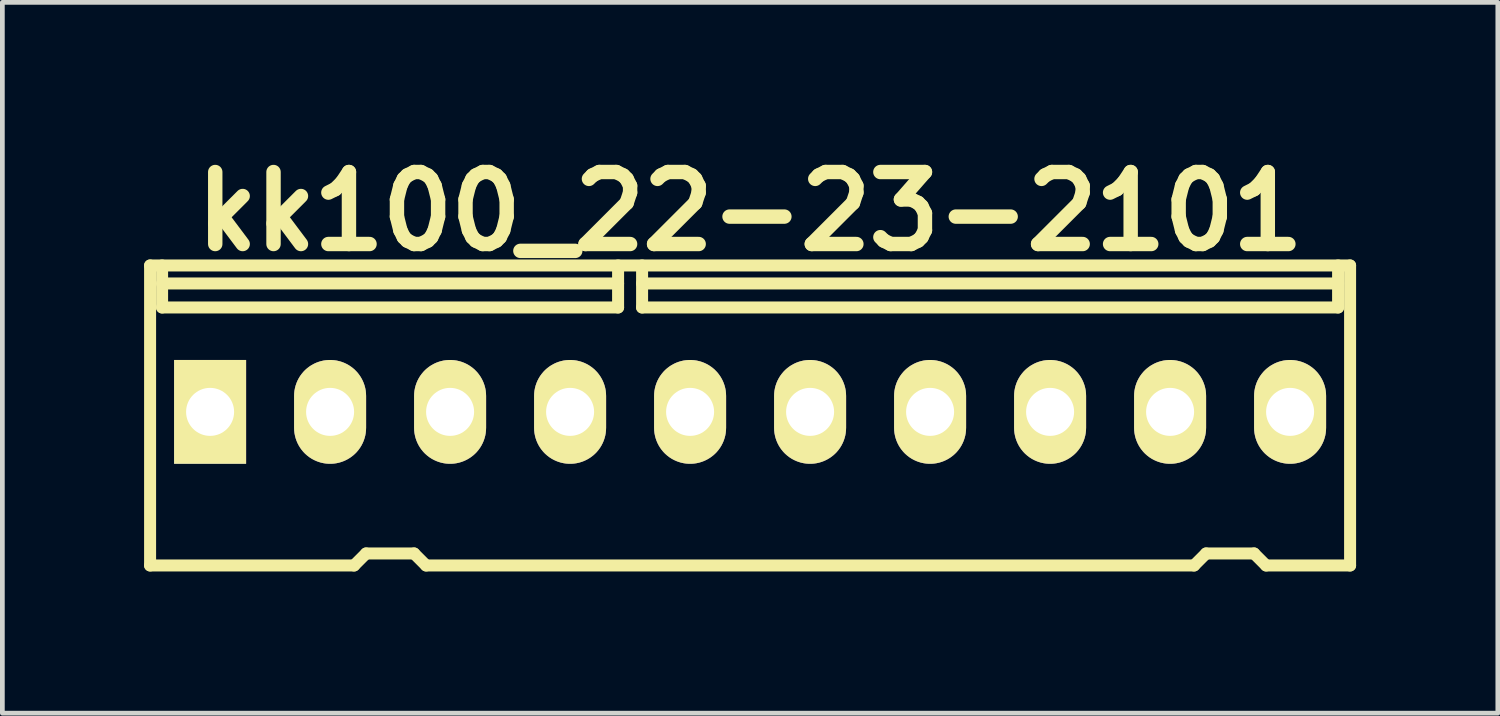
<source format=kicad_pcb>
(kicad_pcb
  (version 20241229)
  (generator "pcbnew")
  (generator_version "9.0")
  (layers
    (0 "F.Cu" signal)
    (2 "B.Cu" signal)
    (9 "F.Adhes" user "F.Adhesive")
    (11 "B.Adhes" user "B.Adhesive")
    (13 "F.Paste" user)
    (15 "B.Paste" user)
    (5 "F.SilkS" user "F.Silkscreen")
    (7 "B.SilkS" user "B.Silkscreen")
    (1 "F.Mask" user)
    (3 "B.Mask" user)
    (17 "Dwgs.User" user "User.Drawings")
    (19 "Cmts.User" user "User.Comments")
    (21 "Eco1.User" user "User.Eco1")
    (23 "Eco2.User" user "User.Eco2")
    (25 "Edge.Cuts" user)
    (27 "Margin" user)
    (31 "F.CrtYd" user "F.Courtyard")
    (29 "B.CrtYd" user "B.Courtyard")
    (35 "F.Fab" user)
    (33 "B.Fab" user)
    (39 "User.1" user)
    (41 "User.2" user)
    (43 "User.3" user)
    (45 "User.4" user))
  (footprint "kk100_22-23-2101"
    (layer "F.Cu")
    (at 12.827 5.744)
    (property "Reference" "kk100_22-23-2101" (at 0 -4.318 0) (layer "F.SilkS") (effects (font (size 1.524 1.524) (thickness 0.305))))
    (attr through_hole)
    (fp_line (start -12.7 -3.175) (end 12.7 -3.175) (stroke (width 0.254) (type solid)) (layer "F.SilkS"))
    (fp_line (start -12.7 3.175) (end -12.7 -3.175) (stroke (width 0.254) (type solid)) (layer "F.SilkS"))
    (fp_line (start -12.446 -2.286) (end -12.446 -3.175) (stroke (width 0.254) (type solid)) (layer "F.SilkS"))
    (fp_line (start -8.382 3.175) (end -12.7 3.175) (stroke (width 0.254) (type solid)) (layer "F.SilkS"))
    (fp_line (start -8.128 2.921) (end -8.382 3.175) (stroke (width 0.254) (type solid)) (layer "F.SilkS"))
    (fp_line (start -8.128 2.921) (end -7.112 2.921) (stroke (width 0.254) (type solid)) (layer "F.SilkS"))
    (fp_line (start -7.112 2.921) (end -6.858 3.175) (stroke (width 0.254) (type solid)) (layer "F.SilkS"))
    (fp_line (start -6.858 3.175) (end 9.398 3.175) (stroke (width 0.254) (type solid)) (layer "F.SilkS"))
    (fp_line (start -2.794 -2.794) (end -12.446 -2.794) (stroke (width 0.254) (type solid)) (layer "F.SilkS"))
    (fp_line (start -2.794 -2.286) (end -12.446 -2.286) (stroke (width 0.254) (type solid)) (layer "F.SilkS"))
    (fp_line (start -2.794 -2.286) (end -2.794 -3.175) (stroke (width 0.254) (type solid)) (layer "F.SilkS"))
    (fp_line (start -2.286 -2.794) (end 12.446 -2.794) (stroke (width 0.254) (type solid)) (layer "F.SilkS"))
    (fp_line (start -2.286 -2.286) (end -2.286 -3.175) (stroke (width 0.254) (type solid)) (layer "F.SilkS"))
    (fp_line (start -2.286 -2.286) (end 12.446 -2.286) (stroke (width 0.254) (type solid)) (layer "F.SilkS"))
    (fp_line (start 9.652 2.921) (end 9.398 3.175) (stroke (width 0.254) (type solid)) (layer "F.SilkS"))
    (fp_line (start 9.652 2.921) (end 10.668 2.921) (stroke (width 0.254) (type solid)) (layer "F.SilkS"))
    (fp_line (start 10.668 2.921) (end 10.922 3.175) (stroke (width 0.254) (type solid)) (layer "F.SilkS"))
    (fp_line (start 10.922 3.175) (end 12.7 3.175) (stroke (width 0.254) (type solid)) (layer "F.SilkS"))
    (fp_line (start 12.446 -2.286) (end 12.446 -3.175) (stroke (width 0.254) (type solid)) (layer "F.SilkS"))
    (fp_line (start 12.7 -3.175) (end 12.7 3.175) (stroke (width 0.254) (type solid)) (layer "F.SilkS"))
    (pad "1" thru_hole rect (at -11.43 -0.076) (size 1.524 2.197) (drill 1.016) (layers "*.Cu" "*.Mask" "F.SilkS"))
    (pad "2" thru_hole oval (at -8.89 -0.076) (size 1.524 2.197) (drill 1.016) (layers "*.Cu" "*.Mask" "F.SilkS"))
    (pad "3" thru_hole oval (at -6.35 -0.076) (size 1.524 2.197) (drill 1.016) (layers "*.Cu" "*.Mask" "F.SilkS"))
    (pad "4" thru_hole oval (at -3.81 -0.076) (size 1.524 2.197) (drill 1.016) (layers "*.Cu" "*.Mask" "F.SilkS"))
    (pad "5" thru_hole oval (at -1.27 -0.076) (size 1.524 2.197) (drill 1.016) (layers "*.Cu" "*.Mask" "F.SilkS"))
    (pad "6" thru_hole oval (at 1.27 -0.076) (size 1.524 2.197) (drill 1.016) (layers "*.Cu" "*.Mask" "F.SilkS"))
    (pad "7" thru_hole oval (at 3.81 -0.076) (size 1.524 2.197) (drill 1.016) (layers "*.Cu" "*.Mask" "F.SilkS"))
    (pad "8" thru_hole oval (at 6.35 -0.076) (size 1.524 2.197) (drill 1.016) (layers "*.Cu" "*.Mask" "F.SilkS"))
    (pad "9" thru_hole oval (at 8.89 -0.076) (size 1.524 2.197) (drill 1.016) (layers "*.Cu" "*.Mask" "F.SilkS"))
    (pad "10" thru_hole oval (at 11.43 -0.076) (size 1.524 2.197) (drill 1.016) (layers "*.Cu" "*.Mask" "F.SilkS")))
  (gr_rect
    (start -3 -3)
    (end 28.654 12.046)
    (stroke (width 0.1) (type default))
    (fill no)
    (layer "Edge.Cuts")))
</source>
